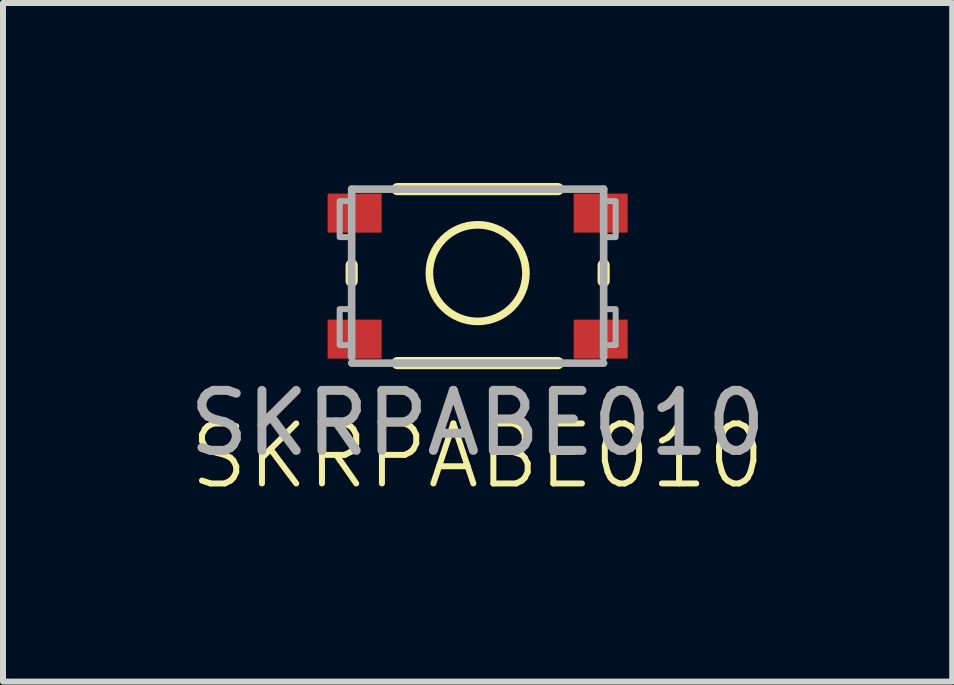
<source format=kicad_pcb>
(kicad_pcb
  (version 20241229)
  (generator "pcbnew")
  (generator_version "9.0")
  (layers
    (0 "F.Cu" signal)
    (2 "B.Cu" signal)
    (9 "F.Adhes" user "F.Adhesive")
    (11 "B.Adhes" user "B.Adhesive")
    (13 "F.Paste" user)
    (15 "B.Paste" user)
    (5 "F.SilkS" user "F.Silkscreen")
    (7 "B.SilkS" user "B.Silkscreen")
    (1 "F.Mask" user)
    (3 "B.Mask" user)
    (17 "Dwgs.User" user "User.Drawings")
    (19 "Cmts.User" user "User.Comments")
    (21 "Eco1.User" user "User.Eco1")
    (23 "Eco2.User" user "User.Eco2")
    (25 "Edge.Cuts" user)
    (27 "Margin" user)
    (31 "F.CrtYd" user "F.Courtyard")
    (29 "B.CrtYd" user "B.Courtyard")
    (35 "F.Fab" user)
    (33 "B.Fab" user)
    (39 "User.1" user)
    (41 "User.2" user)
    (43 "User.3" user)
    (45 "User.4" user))
  (footprint "SKRPABE010"
    (layer "F.Cu")
    (at 4.911 1.502)
    (property "Reference" "SKRPABE010" (at 0 3.048 0) (unlocked yes) (layer "F.SilkS") (effects (font (size 1 1) (thickness 0.1))))
    (attr smd)
    (fp_line (start -2.1 -0.13) (end -2.1 0.13) (stroke (width 0.203) (type solid)) (layer "F.SilkS"))
    (fp_line (start -1.338 -1.4) (end 1.338 -1.4) (stroke (width 0.203) (type solid)) (layer "F.SilkS"))
    (fp_line (start 1.338 1.5) (end -1.338 1.5) (stroke (width 0.203) (type solid)) (layer "F.SilkS"))
    (fp_line (start 2.1 0.13) (end 2.1 -0.13) (stroke (width 0.203) (type solid)) (layer "F.SilkS"))
    (fp_circle (center 0 0) (end 0.805 0) (stroke (width 0.127) (type solid)) (fill no) (layer "F.SilkS"))
    (fp_line (start -2.1 -1.4) (end -2.1 1.4) (stroke (width 0.127) (type solid)) (layer "F.Fab"))
    (fp_line (start -2.1 -1.4) (end 2.1 -1.4) (stroke (width 0.127) (type solid)) (layer "F.Fab"))
    (fp_line (start -2.1 1.5) (end 2.1 1.5) (stroke (width 0.127) (type solid)) (layer "F.Fab"))
    (fp_line (start 2.1 1.4) (end 2.1 -1.4) (stroke (width 0.127) (type solid)) (layer "F.Fab"))
    (fp_poly (pts (xy -2.3 -0.6) (xy -2.1 -0.6) (xy -2.1 -1.2) (xy -2.3 -1.2)) (stroke (width 0.1) (type default)) (fill no) (layer "F.Fab"))
    (fp_poly (pts (xy -2.3 1.2) (xy -2.1 1.2) (xy -2.1 0.6) (xy -2.3 0.6)) (stroke (width 0.1) (type default)) (fill no) (layer "F.Fab"))
    (fp_poly (pts (xy 2.3 -1.2) (xy 2.1 -1.2) (xy 2.1 -0.6) (xy 2.3 -0.6)) (stroke (width 0.1) (type default)) (fill no) (layer "F.Fab"))
    (fp_poly (pts (xy 2.3 0.6) (xy 2.1 0.6) (xy 2.1 1.2) (xy 2.3 1.2)) (stroke (width 0.1) (type default)) (fill no) (layer "F.Fab"))
    (fp_text user "${REFERENCE}" (at 0 2.5 0) (unlocked yes) (layer "F.Fab") (effects (font (size 1 1) (thickness 0.15))))
    (pad "1" smd rect (at -2.05 1.1) (size 0.9 0.65) (layers "F.Cu" "F.Mask" "F.Paste"))
    (pad "2" smd rect (at 2.05 1.1) (size 0.9 0.65) (layers "F.Cu" "F.Mask" "F.Paste"))
    (pad "3" smd rect (at 2.05 -1) (size 0.9 0.65) (layers "F.Cu" "F.Mask" "F.Paste"))
    (pad "4" smd rect (at -2.05 -1) (size 0.9 0.65) (layers "F.Cu" "F.Mask" "F.Paste")))
  (gr_rect
    (start -3 -3)
    (end 12.821 8.31)
    (stroke (width 0.1) (type default))
    (fill no)
    (layer "Edge.Cuts")))
</source>
